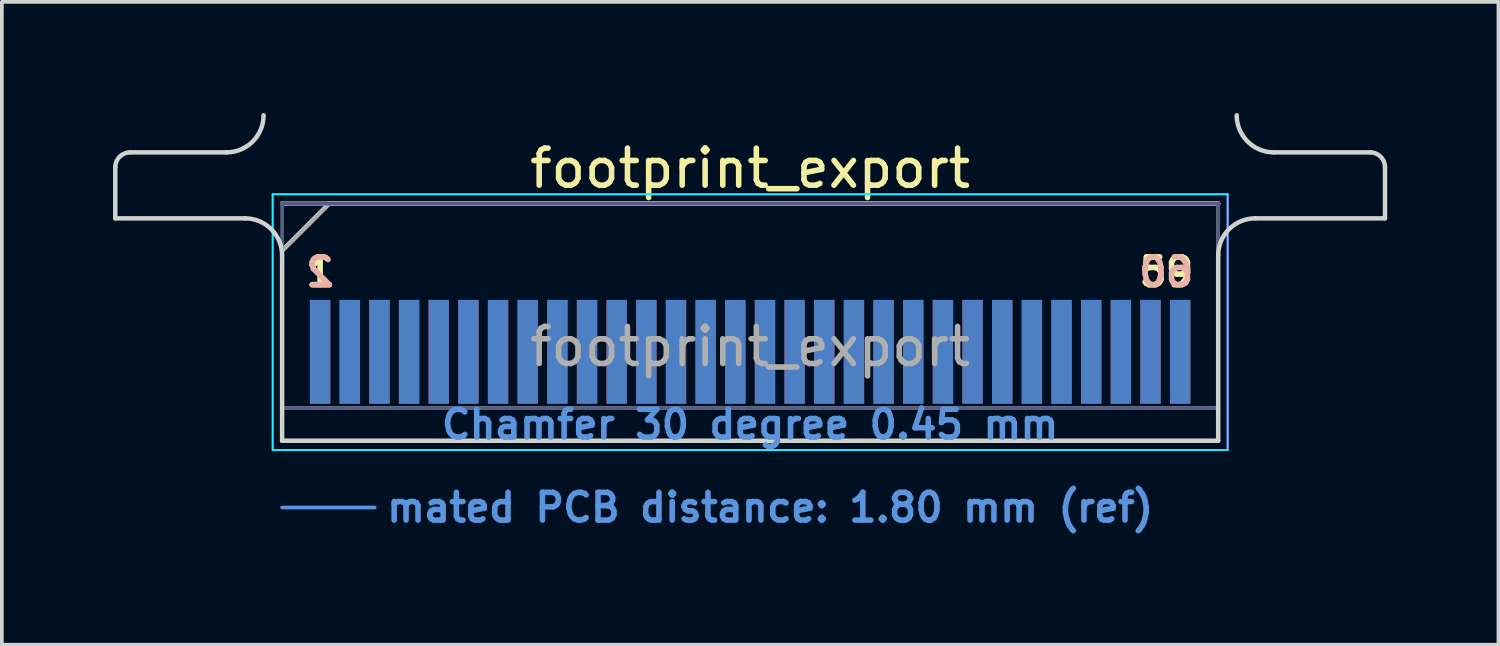
<source format=kicad_pcb>
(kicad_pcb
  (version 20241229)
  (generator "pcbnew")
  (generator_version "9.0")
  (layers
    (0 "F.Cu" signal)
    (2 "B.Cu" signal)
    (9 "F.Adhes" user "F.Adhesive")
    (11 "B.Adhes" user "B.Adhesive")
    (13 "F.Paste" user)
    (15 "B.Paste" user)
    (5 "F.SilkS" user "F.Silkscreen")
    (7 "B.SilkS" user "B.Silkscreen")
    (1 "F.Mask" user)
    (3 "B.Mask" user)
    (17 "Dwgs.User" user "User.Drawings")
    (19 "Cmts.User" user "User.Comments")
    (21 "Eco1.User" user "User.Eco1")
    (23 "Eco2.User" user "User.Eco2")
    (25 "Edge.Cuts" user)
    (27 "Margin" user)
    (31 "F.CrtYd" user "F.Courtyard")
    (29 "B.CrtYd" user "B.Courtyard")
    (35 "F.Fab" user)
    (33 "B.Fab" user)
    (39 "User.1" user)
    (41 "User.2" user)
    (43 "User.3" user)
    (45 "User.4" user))
  (footprint "footprint_export"
    (layer "F.Cu")
    (at 17.185 8.84)
    (property "Reference" "footprint_export" (at 0 -7.35 0) (layer "F.SilkS") (effects (font (size 1 1) (thickness 0.15))))
    (attr exclude_from_pos_files exclude_from_bom)
    (fp_line (start -12.625 -5.13) (end -11.355 -6.4) (stroke (width 0.12) (type solid)) (layer "F.SilkS"))
    (fp_line (start -11.355 -6.4) (end 12.625 -6.4) (stroke (width 0.12) (type solid)) (layer "F.SilkS"))
    (fp_line (start -12.625 -6.4) (end -12.625 -6.4) (stroke (width 0.12) (type solid)) (layer "B.SilkS"))
    (fp_line (start -12.625 -6.4) (end 12.625 -6.4) (stroke (width 0.12) (type solid)) (layer "B.SilkS"))
    (fp_line (start -12.625 1.8) (end -10.125 1.8) (stroke (width 0.1) (type solid)) (layer "Cmts.User"))
    (fp_line (start -17.125 -6) (end -17.125 -7.38) (stroke (width 0.12) (type solid)) (layer "Edge.Cuts"))
    (fp_line (start -16.725 -7.78) (end -14.125 -7.78) (stroke (width 0.12) (type solid)) (layer "Edge.Cuts"))
    (fp_line (start -13.625 -6) (end -17.125 -6) (stroke (width 0.12) (type solid)) (layer "Edge.Cuts"))
    (fp_line (start -12.625 -5) (end -12.625 0) (stroke (width 0.12) (type solid)) (layer "Edge.Cuts"))
    (fp_line (start -12.625 0) (end 12.625 0) (stroke (width 0.12) (type solid)) (layer "Edge.Cuts"))
    (fp_line (start 12.625 0) (end 12.625 -5) (stroke (width 0.12) (type solid)) (layer "Edge.Cuts"))
    (fp_line (start 13.625 -6) (end 17.125 -6) (stroke (width 0.12) (type solid)) (layer "Edge.Cuts"))
    (fp_line (start 16.725 -7.78) (end 14.125 -7.78) (stroke (width 0.12) (type solid)) (layer "Edge.Cuts"))
    (fp_line (start 17.125 -6) (end 17.125 -7.38) (stroke (width 0.12) (type solid)) (layer "Edge.Cuts"))
    (fp_arc (start -17.125 -7.38) (mid -17.007843 -7.662843) (end -16.725 -7.78) (stroke (width 0.12) (type solid)) (layer "Edge.Cuts"))
    (fp_arc (start -13.625 -6) (mid -12.917893 -5.707107) (end -12.625 -5) (stroke (width 0.12) (type solid)) (layer "Edge.Cuts"))
    (fp_arc (start -13.125 -8.78) (mid -13.417893 -8.072893) (end -14.125 -7.78) (stroke (width 0.12) (type solid)) (layer "Edge.Cuts"))
    (fp_arc (start 12.625 -5) (mid 12.917893 -5.707107) (end 13.625 -6) (stroke (width 0.12) (type solid)) (layer "Edge.Cuts"))
    (fp_arc (start 14.125 -7.78) (mid 13.417893 -8.072893) (end 13.125 -8.78) (stroke (width 0.12) (type solid)) (layer "Edge.Cuts"))
    (fp_arc (start 16.725 -7.78) (mid 17.007843 -7.662843) (end 17.125 -7.38) (stroke (width 0.12) (type solid)) (layer "Edge.Cuts"))
    (fp_line (start -12.88 -6.65) (end -12.88 0.25) (stroke (width 0.05) (type solid)) (layer "B.CrtYd"))
    (fp_line (start -12.88 0.25) (end 12.88 0.25) (stroke (width 0.05) (type solid)) (layer "B.CrtYd"))
    (fp_line (start 12.88 -6.65) (end -12.88 -6.65) (stroke (width 0.05) (type solid)) (layer "B.CrtYd"))
    (fp_line (start 12.88 0.25) (end 12.88 -6.65) (stroke (width 0.05) (type solid)) (layer "B.CrtYd"))
    (fp_line (start -12.88 -6.65) (end -12.88 0.25) (stroke (width 0.05) (type solid)) (layer "F.CrtYd"))
    (fp_line (start -12.88 0.25) (end 12.88 0.25) (stroke (width 0.05) (type solid)) (layer "F.CrtYd"))
    (fp_line (start 12.88 -6.65) (end -12.88 -6.65) (stroke (width 0.05) (type solid)) (layer "F.CrtYd"))
    (fp_line (start 12.88 0.25) (end 12.88 -6.65) (stroke (width 0.05) (type solid)) (layer "F.CrtYd"))
    (fp_line (start -12.625 -6.4) (end -12.625 -6.4) (stroke (width 0.1) (type solid)) (layer "B.Fab"))
    (fp_line (start -12.625 -6.4) (end -12.625 0) (stroke (width 0.1) (type solid)) (layer "B.Fab"))
    (fp_line (start -12.625 -6.4) (end 12.625 -6.4) (stroke (width 0.1) (type solid)) (layer "B.Fab"))
    (fp_line (start -12.625 -0.88) (end 12.625 -0.88) (stroke (width 0.1) (type solid)) (layer "B.Fab"))
    (fp_line (start -12.625 0) (end 12.625 0) (stroke (width 0.1) (type solid)) (layer "B.Fab"))
    (fp_line (start 12.625 -6.4) (end 12.625 0) (stroke (width 0.1) (type solid)) (layer "B.Fab"))
    (fp_line (start -12.625 -5.13) (end -12.625 0) (stroke (width 0.1) (type solid)) (layer "F.Fab"))
    (fp_line (start -12.625 -5.13) (end -11.355 -6.4) (stroke (width 0.1) (type solid)) (layer "F.Fab"))
    (fp_line (start -12.625 -0.88) (end 12.625 -0.88) (stroke (width 0.1) (type solid)) (layer "F.Fab"))
    (fp_line (start -12.625 0) (end 12.625 0) (stroke (width 0.1) (type solid)) (layer "F.Fab"))
    (fp_line (start -11.355 -6.4) (end 12.625 -6.4) (stroke (width 0.1) (type solid)) (layer "F.Fab"))
    (fp_line (start 12.625 -6.4) (end 12.625 0) (stroke (width 0.1) (type solid)) (layer "F.Fab"))
    (fp_text user "59" (at 11.225 -4.55 0) (layer "F.SilkS") (effects (font (size 0.75 0.75) (thickness 0.15))))
    (fp_text user "1" (at -11.6 -4.55 0) (layer "F.SilkS") (effects (font (size 0.75 0.75) (thickness 0.15))))
    (fp_text user "60" (at 11.225 -4.55 0) (layer "B.SilkS") (effects (font (size 0.75 0.75) (thickness 0.15)) (justify mirror)))
    (fp_text user "2" (at -11.6 -4.55 0) (layer "B.SilkS") (effects (font (size 0.75 0.75) (thickness 0.15)) (justify mirror)))
    (fp_text user "mated PCB distance: 1.80 mm (ref)" (at -9.88 1.8 0) (layer "Cmts.User") (effects (font (size 0.75 0.75) (thickness 0.15)) (justify left)))
    (fp_text user "Chamfer 30 degree 0.45 mm" (at 0 -0.44 0) (layer "Cmts.User") (effects (font (size 0.75 0.75) (thickness 0.15))))
    (fp_text user "${REFERENCE}" (at 0 -2.54 0) (layer "F.Fab") (effects (font (size 1 1) (thickness 0.15))))
    (pad "1" connect rect (at -11.6 -2.4) (size 0.55 2.8) (layers "F.Cu" "F.Mask"))
    (pad "2" connect rect (at -11.6 -2.4) (size 0.55 2.8) (layers "B.Cu" "B.Mask"))
    (pad "3" connect rect (at -10.8 -2.4) (size 0.55 2.8) (layers "F.Cu" "F.Mask"))
    (pad "4" connect rect (at -10.8 -2.4) (size 0.55 2.8) (layers "B.Cu" "B.Mask"))
    (pad "5" connect rect (at -10 -2.4) (size 0.55 2.8) (layers "F.Cu" "F.Mask"))
    (pad "6" connect rect (at -10 -2.4) (size 0.55 2.8) (layers "B.Cu" "B.Mask"))
    (pad "7" connect rect (at -9.2 -2.4) (size 0.55 2.8) (layers "F.Cu" "F.Mask"))
    (pad "8" connect rect (at -9.2 -2.4) (size 0.55 2.8) (layers "B.Cu" "B.Mask"))
    (pad "9" connect rect (at -8.4 -2.4) (size 0.55 2.8) (layers "F.Cu" "F.Mask"))
    (pad "10" connect rect (at -8.4 -2.4) (size 0.55 2.8) (layers "B.Cu" "B.Mask"))
    (pad "11" connect rect (at -7.6 -2.4) (size 0.55 2.8) (layers "F.Cu" "F.Mask"))
    (pad "12" connect rect (at -7.6 -2.4) (size 0.55 2.8) (layers "B.Cu" "B.Mask"))
    (pad "13" connect rect (at -6.8 -2.4) (size 0.55 2.8) (layers "F.Cu" "F.Mask"))
    (pad "14" connect rect (at -6.8 -2.4) (size 0.55 2.8) (layers "B.Cu" "B.Mask"))
    (pad "15" connect rect (at -6 -2.4) (size 0.55 2.8) (layers "F.Cu" "F.Mask"))
    (pad "16" connect rect (at -6 -2.4) (size 0.55 2.8) (layers "B.Cu" "B.Mask"))
    (pad "17" connect rect (at -5.2 -2.4) (size 0.55 2.8) (layers "F.Cu" "F.Mask"))
    (pad "18" connect rect (at -5.2 -2.4) (size 0.55 2.8) (layers "B.Cu" "B.Mask"))
    (pad "19" connect rect (at -4.4 -2.4) (size 0.55 2.8) (layers "F.Cu" "F.Mask"))
    (pad "20" connect rect (at -4.4 -2.4) (size 0.55 2.8) (layers "B.Cu" "B.Mask"))
    (pad "21" connect rect (at -3.6 -2.4) (size 0.55 2.8) (layers "F.Cu" "F.Mask"))
    (pad "22" connect rect (at -3.6 -2.4) (size 0.55 2.8) (layers "B.Cu" "B.Mask"))
    (pad "23" connect rect (at -2.8 -2.4) (size 0.55 2.8) (layers "F.Cu" "F.Mask"))
    (pad "24" connect rect (at -2.8 -2.4) (size 0.55 2.8) (layers "B.Cu" "B.Mask"))
    (pad "25" connect rect (at -2 -2.4) (size 0.55 2.8) (layers "F.Cu" "F.Mask"))
    (pad "26" connect rect (at -2 -2.4) (size 0.55 2.8) (layers "B.Cu" "B.Mask"))
    (pad "27" connect rect (at -1.2 -2.4) (size 0.55 2.8) (layers "F.Cu" "F.Mask"))
    (pad "28" connect rect (at -1.2 -2.4) (size 0.55 2.8) (layers "B.Cu" "B.Mask"))
    (pad "29" connect rect (at -0.4 -2.4) (size 0.55 2.8) (layers "F.Cu" "F.Mask"))
    (pad "30" connect rect (at -0.4 -2.4) (size 0.55 2.8) (layers "B.Cu" "B.Mask"))
    (pad "31" connect rect (at 0.4 -2.4) (size 0.55 2.8) (layers "F.Cu" "F.Mask"))
    (pad "32" connect rect (at 0.4 -2.4) (size 0.55 2.8) (layers "B.Cu" "B.Mask"))
    (pad "33" connect rect (at 1.2 -2.4) (size 0.55 2.8) (layers "F.Cu" "F.Mask"))
    (pad "34" connect rect (at 1.2 -2.4) (size 0.55 2.8) (layers "B.Cu" "B.Mask"))
    (pad "35" connect rect (at 2 -2.4) (size 0.55 2.8) (layers "F.Cu" "F.Mask"))
    (pad "36" connect rect (at 2 -2.4) (size 0.55 2.8) (layers "B.Cu" "B.Mask"))
    (pad "37" connect rect (at 2.8 -2.4) (size 0.55 2.8) (layers "F.Cu" "F.Mask"))
    (pad "38" connect rect (at 2.8 -2.4) (size 0.55 2.8) (layers "B.Cu" "B.Mask"))
    (pad "39" connect rect (at 3.6 -2.4) (size 0.55 2.8) (layers "F.Cu" "F.Mask"))
    (pad "40" connect rect (at 3.6 -2.4) (size 0.55 2.8) (layers "B.Cu" "B.Mask"))
    (pad "41" connect rect (at 4.4 -2.4) (size 0.55 2.8) (layers "F.Cu" "F.Mask"))
    (pad "42" connect rect (at 4.4 -2.4) (size 0.55 2.8) (layers "B.Cu" "B.Mask"))
    (pad "43" connect rect (at 5.2 -2.4) (size 0.55 2.8) (layers "F.Cu" "F.Mask"))
    (pad "44" connect rect (at 5.2 -2.4) (size 0.55 2.8) (layers "B.Cu" "B.Mask"))
    (pad "45" connect rect (at 6 -2.4) (size 0.55 2.8) (layers "F.Cu" "F.Mask"))
    (pad "46" connect rect (at 6 -2.4) (size 0.55 2.8) (layers "B.Cu" "B.Mask"))
    (pad "47" connect rect (at 6.8 -2.4) (size 0.55 2.8) (layers "F.Cu" "F.Mask"))
    (pad "48" connect rect (at 6.8 -2.4) (size 0.55 2.8) (layers "B.Cu" "B.Mask"))
    (pad "49" connect rect (at 7.6 -2.4) (size 0.55 2.8) (layers "F.Cu" "F.Mask"))
    (pad "50" connect rect (at 7.6 -2.4) (size 0.55 2.8) (layers "B.Cu" "B.Mask"))
    (pad "51" connect rect (at 8.4 -2.4) (size 0.55 2.8) (layers "F.Cu" "F.Mask"))
    (pad "52" connect rect (at 8.4 -2.4) (size 0.55 2.8) (layers "B.Cu" "B.Mask"))
    (pad "53" connect rect (at 9.2 -2.4) (size 0.55 2.8) (layers "F.Cu" "F.Mask"))
    (pad "54" connect rect (at 9.2 -2.4) (size 0.55 2.8) (layers "B.Cu" "B.Mask"))
    (pad "55" connect rect (at 10 -2.4) (size 0.55 2.8) (layers "F.Cu" "F.Mask"))
    (pad "56" connect rect (at 10 -2.4) (size 0.55 2.8) (layers "B.Cu" "B.Mask"))
    (pad "57" connect rect (at 10.8 -2.4) (size 0.55 2.8) (layers "F.Cu" "F.Mask"))
    (pad "58" connect rect (at 10.8 -2.4) (size 0.55 2.8) (layers "B.Cu" "B.Mask"))
    (pad "59" connect rect (at 11.6 -2.4) (size 0.55 2.8) (layers "F.Cu" "F.Mask"))
    (pad "60" connect rect (at 11.6 -2.4) (size 0.55 2.8) (layers "B.Cu" "B.Mask")))
  (gr_rect
    (start -3 -3)
    (end 37.37 14.342)
    (stroke (width 0.1) (type default))
    (fill no)
    (layer "Edge.Cuts")))
</source>
